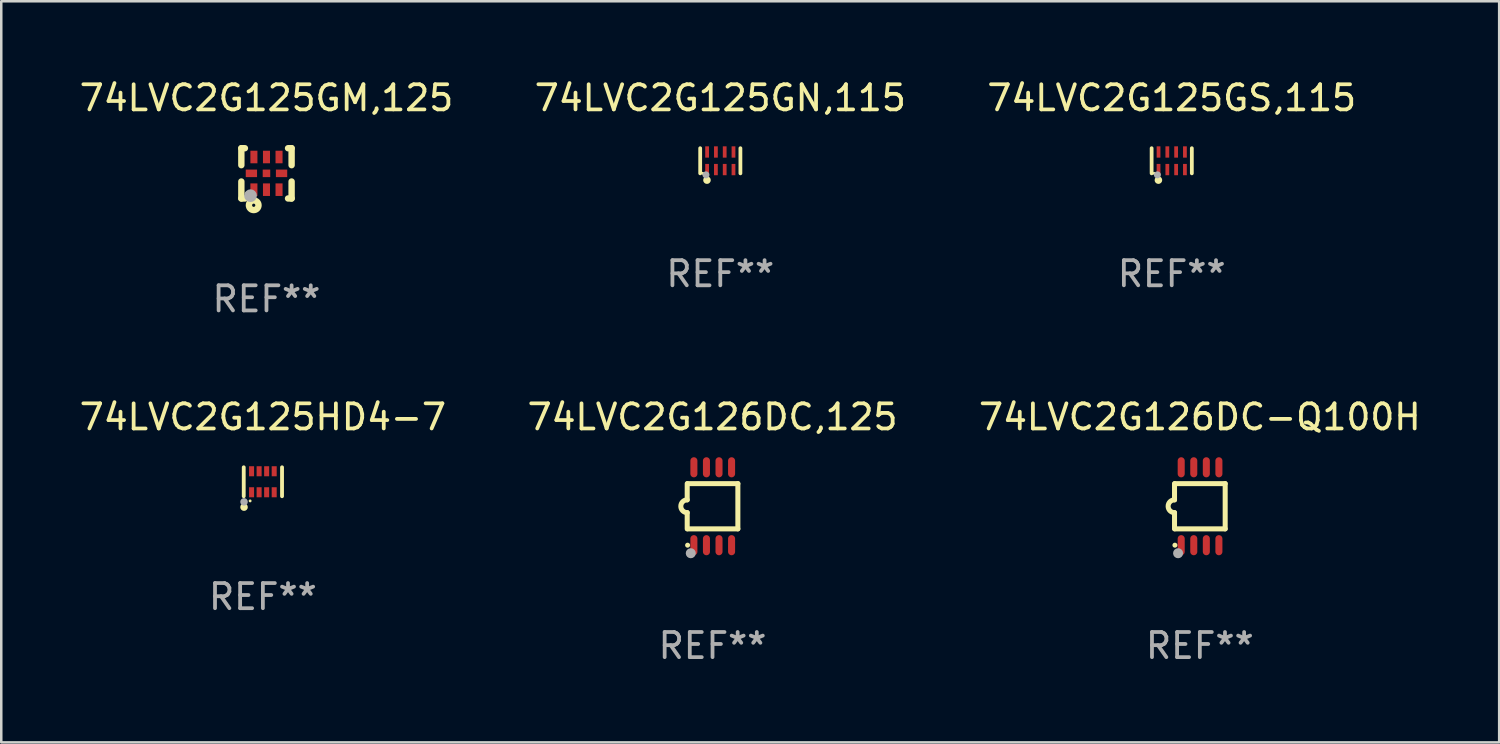
<source format=kicad_pcb>
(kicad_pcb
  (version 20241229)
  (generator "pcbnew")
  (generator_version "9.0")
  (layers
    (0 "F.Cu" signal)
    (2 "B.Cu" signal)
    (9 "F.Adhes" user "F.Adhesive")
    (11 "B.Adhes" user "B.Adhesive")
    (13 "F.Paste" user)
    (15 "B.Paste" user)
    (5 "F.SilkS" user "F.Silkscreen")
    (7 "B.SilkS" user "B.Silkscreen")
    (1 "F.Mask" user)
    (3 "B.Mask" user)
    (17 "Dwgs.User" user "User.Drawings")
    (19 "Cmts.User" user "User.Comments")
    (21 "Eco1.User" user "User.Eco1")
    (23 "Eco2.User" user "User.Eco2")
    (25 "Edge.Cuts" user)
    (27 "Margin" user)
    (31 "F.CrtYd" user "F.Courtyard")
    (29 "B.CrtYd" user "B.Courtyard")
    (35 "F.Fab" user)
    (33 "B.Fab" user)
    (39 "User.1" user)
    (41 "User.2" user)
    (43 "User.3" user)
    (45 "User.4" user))
  (footprint "74LVC2G125GM,125"
    (layer "F.Cu")
    (at 7.554 3.848)
    (property "Reference" "74LVC2G125GM,125" (at 0 -3 0) (layer "F.SilkS") (effects (font (size 1 1) (thickness 0.15))))
    (attr through_hole)
    (fp_line (start -1 -1) (end -0.858 -1) (stroke (width 0.254) (type solid)) (layer "F.SilkS"))
    (fp_line (start -1 -0.325) (end -1 -1) (stroke (width 0.254) (type solid)) (layer "F.SilkS"))
    (fp_line (start -1 1) (end -1 0.325) (stroke (width 0.254) (type solid)) (layer "F.SilkS"))
    (fp_line (start -0.858 1) (end -1 1) (stroke (width 0.254) (type solid)) (layer "F.SilkS"))
    (fp_line (start 0.858 -1) (end 1 -1) (stroke (width 0.254) (type solid)) (layer "F.SilkS"))
    (fp_line (start 1 -1) (end 1 -0.325) (stroke (width 0.254) (type solid)) (layer "F.SilkS"))
    (fp_line (start 1 0.325) (end 1 1) (stroke (width 0.254) (type solid)) (layer "F.SilkS"))
    (fp_line (start 1 1) (end 0.858 1) (stroke (width 0.254) (type solid)) (layer "F.SilkS"))
    (fp_circle (center -0.8 0.8) (end -0.77 0.8) (stroke (width 0.06) (type solid)) (fill no) (layer "F.SilkS"))
    (fp_circle (center -0.508 1.27) (end -0.444 1.27) (stroke (width 0.254) (type solid)) (fill no) (layer "F.SilkS"))
    (fp_circle (center -0.635 0.889) (end -0.508 0.889) (stroke (width 0.254) (type solid)) (fill no) (layer "F.Fab"))
    (fp_text user "REF**" (at 0 5 0) (layer "F.Fab") (effects (font (size 1 1) (thickness 0.15))))
    (pad "1" smd rect (at -0.5 0.65 90) (size 0.5 0.28) (layers "F.Cu" "F.Mask" "F.Paste"))
    (pad "2" smd rect (at 0.000013 0.65 90) (size 0.5 0.28) (layers "F.Cu" "F.Mask" "F.Paste"))
    (pad "3" smd rect (at 0.5 0.65 90) (size 0.5 0.28) (layers "F.Cu" "F.Mask" "F.Paste"))
    (pad "4" smd rect (at 0.6 0.000076 180) (size 0.45 0.3) (layers "F.Cu" "F.Mask" "F.Paste"))
    (pad "5" smd rect (at 0.5 -0.65 90) (size 0.5 0.28) (layers "F.Cu" "F.Mask" "F.Paste"))
    (pad "6" smd rect (at 0.000013 -0.65 90) (size 0.5 0.28) (layers "F.Cu" "F.Mask" "F.Paste"))
    (pad "7" smd rect (at -0.5 -0.65 90) (size 0.5 0.28) (layers "F.Cu" "F.Mask" "F.Paste"))
    (pad "8" smd rect (at -0.6 0.000076 180) (size 0.45 0.3) (layers "F.Cu" "F.Mask" "F.Paste"))
    (pad "9" smd rect (at 0.000013 0.000076 180) (size 0.3 0.3) (layers "F.Cu" "F.Mask" "F.Paste")))
  (footprint "74LVC2G126DC,125"
    (layer "F.Cu")
    (at 25.304 17.095)
    (property "Reference" "74LVC2G126DC,125" (at 0 -3.55 0) (layer "F.SilkS") (effects (font (size 1 1) (thickness 0.15))))
    (attr through_hole)
    (fp_line (start -1.008 -0.254) (end -1.008 -0.9) (stroke (width 0.2) (type solid)) (layer "F.SilkS"))
    (fp_line (start -1.008 0.254) (end -1.008 0.9) (stroke (width 0.2) (type solid)) (layer "F.SilkS"))
    (fp_line (start -0.992 0.9) (end 1.008 0.9) (stroke (width 0.2) (type solid)) (layer "F.SilkS"))
    (fp_line (start 1.008 -0.9) (end -0.992 -0.9) (stroke (width 0.2) (type solid)) (layer "F.SilkS"))
    (fp_line (start 1.008 0.9) (end 1.008 -0.9) (stroke (width 0.2) (type solid)) (layer "F.SilkS"))
    (fp_arc (start -1.008001 0.254001) (mid -1.262002 0) (end -1.008001 -0.254001) (stroke (width 0.2) (type solid)) (layer "F.SilkS"))
    (fp_circle (center -0.992 1.55) (end -0.942 1.55) (stroke (width 0.1) (type solid)) (fill no) (layer "F.SilkS"))
    (fp_circle (center -0.866 1.87) (end -0.766 1.87) (stroke (width 0.2) (type solid)) (fill no) (layer "F.Fab"))
    (fp_text user "REF**" (at 0 5.55 0) (layer "F.Fab") (effects (font (size 1 1) (thickness 0.15))))
    (pad "1" smd oval (at -0.742 1.55 270) (size 0.8 0.28) (layers "F.Cu" "F.Mask" "F.Paste"))
    (pad "2" smd oval (at -0.242 1.55 270) (size 0.8 0.28) (layers "F.Cu" "F.Mask" "F.Paste"))
    (pad "3" smd oval (at 0.258 1.55 270) (size 0.8 0.28) (layers "F.Cu" "F.Mask" "F.Paste"))
    (pad "4" smd oval (at 0.758 1.55 270) (size 0.8 0.28) (layers "F.Cu" "F.Mask" "F.Paste"))
    (pad "5" smd oval (at 0.758 -1.55 270) (size 0.8 0.28) (layers "F.Cu" "F.Mask" "F.Paste"))
    (pad "6" smd oval (at 0.258 -1.55 270) (size 0.8 0.28) (layers "F.Cu" "F.Mask" "F.Paste"))
    (pad "7" smd oval (at -0.242 -1.55 270) (size 0.8 0.28) (layers "F.Cu" "F.Mask" "F.Paste"))
    (pad "8" smd oval (at -0.742 -1.55 270) (size 0.8 0.28) (layers "F.Cu" "F.Mask" "F.Paste")))
  (footprint "74LVC2G126DC-Q100H"
    (layer "F.Cu")
    (at 44.696 17.095)
    (property "Reference" "74LVC2G126DC-Q100H" (at 0 -3.55 0) (layer "F.SilkS") (effects (font (size 1 1) (thickness 0.15))))
    (attr through_hole)
    (fp_line (start -1.008 -0.254) (end -1.008 -0.9) (stroke (width 0.2) (type solid)) (layer "F.SilkS"))
    (fp_line (start -1.008 0.254) (end -1.008 0.9) (stroke (width 0.2) (type solid)) (layer "F.SilkS"))
    (fp_line (start -0.992 0.9) (end 1.008 0.9) (stroke (width 0.2) (type solid)) (layer "F.SilkS"))
    (fp_line (start 1.008 -0.9) (end -0.992 -0.9) (stroke (width 0.2) (type solid)) (layer "F.SilkS"))
    (fp_line (start 1.008 0.9) (end 1.008 -0.9) (stroke (width 0.2) (type solid)) (layer "F.SilkS"))
    (fp_arc (start -1.008001 0.254001) (mid -1.262002 0) (end -1.008001 -0.254001) (stroke (width 0.2) (type solid)) (layer "F.SilkS"))
    (fp_circle (center -0.992 1.55) (end -0.942 1.55) (stroke (width 0.1) (type solid)) (fill no) (layer "F.SilkS"))
    (fp_circle (center -0.866 1.87) (end -0.766 1.87) (stroke (width 0.2) (type solid)) (fill no) (layer "F.Fab"))
    (fp_text user "REF**" (at 0 5.55 0) (layer "F.Fab") (effects (font (size 1 1) (thickness 0.15))))
    (pad "1" smd oval (at -0.742 1.55 270) (size 0.8 0.28) (layers "F.Cu" "F.Mask" "F.Paste"))
    (pad "2" smd oval (at -0.242 1.55 270) (size 0.8 0.28) (layers "F.Cu" "F.Mask" "F.Paste"))
    (pad "3" smd oval (at 0.258 1.55 270) (size 0.8 0.28) (layers "F.Cu" "F.Mask" "F.Paste"))
    (pad "4" smd oval (at 0.758 1.55 270) (size 0.8 0.28) (layers "F.Cu" "F.Mask" "F.Paste"))
    (pad "5" smd oval (at 0.758 -1.55 270) (size 0.8 0.28) (layers "F.Cu" "F.Mask" "F.Paste"))
    (pad "6" smd oval (at 0.258 -1.55 270) (size 0.8 0.28) (layers "F.Cu" "F.Mask" "F.Paste"))
    (pad "7" smd oval (at -0.242 -1.55 270) (size 0.8 0.28) (layers "F.Cu" "F.Mask" "F.Paste"))
    (pad "8" smd oval (at -0.742 -1.55 270) (size 0.8 0.28) (layers "F.Cu" "F.Mask" "F.Paste")))
  (footprint "74LVC2G125GN,115"
    (layer "F.Cu")
    (at 25.613 3.348)
    (property "Reference" "74LVC2G125GN,115" (at 0 -2.5 0) (layer "F.SilkS") (effects (font (size 1 1) (thickness 0.15))))
    (attr through_hole)
    (fp_line (start -0.8 -0.5) (end -0.8 0.5) (stroke (width 0.15) (type solid)) (layer "F.SilkS"))
    (fp_line (start 0.8 -0.5) (end 0.8 0.5) (stroke (width 0.15) (type solid)) (layer "F.SilkS"))
    (fp_circle (center -0.7 0.5) (end -0.67 0.5) (stroke (width 0.06) (type solid)) (fill no) (layer "F.SilkS"))
    (fp_circle (center -0.53 0.77) (end -0.454 0.77) (stroke (width 0.15) (type solid)) (fill no) (layer "F.SilkS"))
    (fp_circle (center -0.57 0.56) (end -0.5 0.56) (stroke (width 0.14) (type solid)) (fill no) (layer "F.Fab"))
    (fp_text user "REF**" (at 0 4.5 0) (layer "F.Fab") (effects (font (size 1 1) (thickness 0.15))))
    (pad "1" smd rect (at -0.525 0.35) (size 0.15 0.45) (layers "F.Cu" "F.Mask" "F.Paste"))
    (pad "2" smd rect (at -0.175 0.35) (size 0.15 0.45) (layers "F.Cu" "F.Mask" "F.Paste"))
    (pad "3" smd rect (at 0.175 0.35) (size 0.15 0.45) (layers "F.Cu" "F.Mask" "F.Paste"))
    (pad "4" smd rect (at 0.525 0.35) (size 0.15 0.45) (layers "F.Cu" "F.Mask" "F.Paste"))
    (pad "5" smd rect (at 0.525 -0.35) (size 0.15 0.45) (layers "F.Cu" "F.Mask" "F.Paste"))
    (pad "6" smd rect (at 0.175 -0.35) (size 0.15 0.45) (layers "F.Cu" "F.Mask" "F.Paste"))
    (pad "7" smd rect (at -0.175 -0.35) (size 0.15 0.45) (layers "F.Cu" "F.Mask" "F.Paste"))
    (pad "8" smd rect (at -0.525 -0.35) (size 0.15 0.45) (layers "F.Cu" "F.Mask" "F.Paste")))
  (footprint "74LVC2G125GS,115"
    (layer "F.Cu")
    (at 43.577 3.348)
    (property "Reference" "74LVC2G125GS,115" (at 0 -2.5 0) (layer "F.SilkS") (effects (font (size 1 1) (thickness 0.15))))
    (attr through_hole)
    (fp_line (start -0.8 -0.5) (end -0.8 0.5) (stroke (width 0.15) (type solid)) (layer "F.SilkS"))
    (fp_line (start 0.8 -0.5) (end 0.8 0.5) (stroke (width 0.15) (type solid)) (layer "F.SilkS"))
    (fp_circle (center -0.7 0.5) (end -0.67 0.5) (stroke (width 0.06) (type solid)) (fill no) (layer "F.SilkS"))
    (fp_circle (center -0.53 0.77) (end -0.454 0.77) (stroke (width 0.15) (type solid)) (fill no) (layer "F.SilkS"))
    (fp_circle (center -0.57 0.56) (end -0.5 0.56) (stroke (width 0.14) (type solid)) (fill no) (layer "F.Fab"))
    (fp_text user "REF**" (at 0 4.5 0) (layer "F.Fab") (effects (font (size 1 1) (thickness 0.15))))
    (pad "1" smd rect (at -0.525 0.35) (size 0.15 0.45) (layers "F.Cu" "F.Mask" "F.Paste"))
    (pad "2" smd rect (at -0.175 0.35) (size 0.15 0.45) (layers "F.Cu" "F.Mask" "F.Paste"))
    (pad "3" smd rect (at 0.175 0.35) (size 0.15 0.45) (layers "F.Cu" "F.Mask" "F.Paste"))
    (pad "4" smd rect (at 0.525 0.35) (size 0.15 0.45) (layers "F.Cu" "F.Mask" "F.Paste"))
    (pad "5" smd rect (at 0.525 -0.35) (size 0.15 0.45) (layers "F.Cu" "F.Mask" "F.Paste"))
    (pad "6" smd rect (at 0.175 -0.35) (size 0.15 0.45) (layers "F.Cu" "F.Mask" "F.Paste"))
    (pad "7" smd rect (at -0.175 -0.35) (size 0.15 0.45) (layers "F.Cu" "F.Mask" "F.Paste"))
    (pad "8" smd rect (at -0.525 -0.35) (size 0.15 0.45) (layers "F.Cu" "F.Mask" "F.Paste")))
  (footprint "74LVC2G125HD4-7"
    (layer "F.Cu")
    (at 7.411 16.121)
    (property "Reference" "74LVC2G125HD4-7" (at 0 -2.576 0) (layer "F.SilkS") (effects (font (size 1 1) (thickness 0.15))))
    (attr through_hole)
    (fp_line (start -0.762 0.576) (end -0.762 -0.576) (stroke (width 0.152) (type solid)) (layer "F.SilkS"))
    (fp_line (start 0.762 0.576) (end 0.762 -0.576) (stroke (width 0.152) (type solid)) (layer "F.SilkS"))
    (fp_circle (center -0.75 1.01) (end -0.675 1.01) (stroke (width 0.15) (type solid)) (fill no) (layer "F.SilkS"))
    (fp_circle (center -0.508 0.762) (end -0.478 0.762) (stroke (width 0.06) (type solid)) (fill no) (layer "F.SilkS"))
    (fp_circle (center -0.75 0.8) (end -0.675 0.8) (stroke (width 0.15) (type solid)) (fill no) (layer "F.Fab"))
    (fp_text user "REF**" (at 0 4.576 0) (layer "F.Fab") (effects (font (size 1 1) (thickness 0.15))))
    (pad "1" smd rect (at -0.45 0.418) (size 0.2 0.4) (layers "F.Cu" "F.Mask" "F.Paste"))
    (pad "2" smd rect (at -0.15 0.418) (size 0.2 0.4) (layers "F.Cu" "F.Mask" "F.Paste"))
    (pad "3" smd rect (at 0.15 0.418) (size 0.2 0.4) (layers "F.Cu" "F.Mask" "F.Paste"))
    (pad "4" smd rect (at 0.45 0.418) (size 0.2 0.4) (layers "F.Cu" "F.Mask" "F.Paste"))
    (pad "5" smd rect (at 0.45 -0.418) (size 0.2 0.4) (layers "F.Cu" "F.Mask" "F.Paste"))
    (pad "6" smd rect (at 0.15 -0.418) (size 0.2 0.4) (layers "F.Cu" "F.Mask" "F.Paste"))
    (pad "7" smd rect (at -0.15 -0.418) (size 0.2 0.4) (layers "F.Cu" "F.Mask" "F.Paste"))
    (pad "8" smd rect (at -0.45 -0.418) (size 0.2 0.4) (layers "F.Cu" "F.Mask" "F.Paste")))
  (gr_rect
    (start -3 -3)
    (end 56.607 26.493)
    (stroke (width 0.1) (type default))
    (fill no)
    (layer "Edge.Cuts")))
</source>
